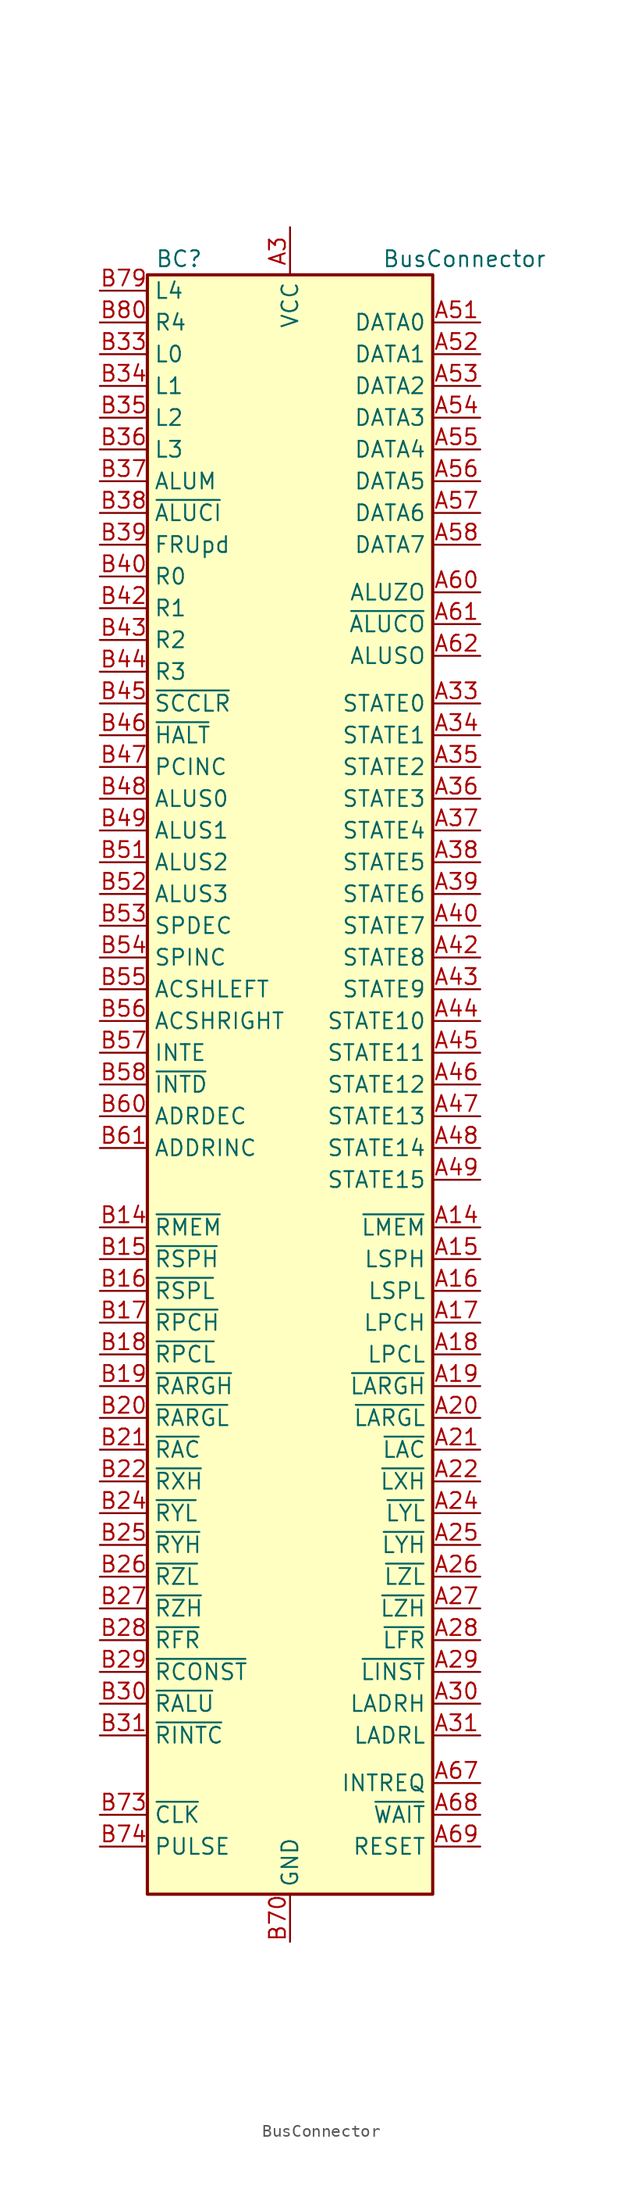
<source format=kicad_sym>
(kicad_symbol_lib
  (version 20241209)
  (generator "kicad_symbol_editor")
  (generator_version "9.0")
  (symbol "BusConnector"
    (property "Reference" "BC"
      (at -8.89 66.04 0)
      (effects (font (size 1.27 1.27))))
    (property "Value" "BusConnector"
      (at 13.97 66.04 0)
      (effects (font (size 1.27 1.27))))
    (symbol "BusConnector_0_1"
      (rectangle (start -11.43 64.77) (end 11.43 -64.77) (stroke (width 0.254) (type default)) (fill (type background))))
    (symbol "BusConnector_1_0"
      (pin passive line (at 0 68.58 270) (length 3.81) (hide yes) (name "VCC" (effects (font (size 1.27 1.27)))) (number "B1" (effects (font (size 1.27 1.27)))))
      (pin passive line (at 0 68.58 270) (length 3.81) (hide yes) (name "VCC" (effects (font (size 1.27 1.27)))) (number "B2" (effects (font (size 1.27 1.27)))))
      (pin passive line (at 0 68.58 270) (length 3.81) (hide yes) (name "VCC" (effects (font (size 1.27 1.27)))) (number "B3" (effects (font (size 1.27 1.27)))))
      (pin passive line (at 0 68.58 270) (length 3.81) (hide yes) (name "VCC" (effects (font (size 1.27 1.27)))) (number "B4" (effects (font (size 1.27 1.27)))))
      (pin passive line (at 0 68.58 270) (length 3.81) (hide yes) (name "VCC" (effects (font (size 1.27 1.27)))) (number "B5" (effects (font (size 1.27 1.27)))))
      (pin passive line (at 0 -68.58 90) (length 3.81) (hide yes) (name "GND" (effects (font (size 1.27 1.27)))) (number "A66" (effects (font (size 1.27 1.27)))))
      (pin passive line (at 0 -68.58 90) (length 3.81) (hide yes) (name "GND" (effects (font (size 1.27 1.27)))) (number "A70" (effects (font (size 1.27 1.27)))))
      (pin passive line (at 0 -68.58 90) (length 3.81) (hide yes) (name "GND" (effects (font (size 1.27 1.27)))) (number "A71" (effects (font (size 1.27 1.27)))))
      (pin passive line (at 0 -68.58 90) (length 3.81) (hide yes) (name "GND" (effects (font (size 1.27 1.27)))) (number "A72" (effects (font (size 1.27 1.27)))))
      (pin passive line (at 0 -68.58 90) (length 3.81) (hide yes) (name "GND" (effects (font (size 1.27 1.27)))) (number "A73" (effects (font (size 1.27 1.27)))))
      (pin passive line (at 0 -68.58 90) (length 3.81) (hide yes) (name "GND" (effects (font (size 1.27 1.27)))) (number "A74" (effects (font (size 1.27 1.27)))))
      (pin passive line (at 0 -68.58 90) (length 3.81) (hide yes) (name "GND" (effects (font (size 1.27 1.27)))) (number "A75" (effects (font (size 1.27 1.27)))))
      (pin passive line (at 0 -68.58 90) (length 3.81) (hide yes) (name "GND" (effects (font (size 1.27 1.27)))) (number "A76" (effects (font (size 1.27 1.27)))))
      (pin passive line (at 0 -68.58 90) (length 3.81) (hide yes) (name "GND" (effects (font (size 1.27 1.27)))) (number "B12" (effects (font (size 1.27 1.27)))))
      (pin passive line (at 0 -68.58 90) (length 3.81) (hide yes) (name "GND" (effects (font (size 1.27 1.27)))) (number "B13" (effects (font (size 1.27 1.27)))))
      (pin passive line (at 0 -68.58 90) (length 3.81) (hide yes) (name "GND" (effects (font (size 1.27 1.27)))) (number "B23" (effects (font (size 1.27 1.27)))))
      (pin passive line (at 0 -68.58 90) (length 3.81) (hide yes) (name "GND" (effects (font (size 1.27 1.27)))) (number "B32" (effects (font (size 1.27 1.27)))))
      (pin passive line (at 0 -68.58 90) (length 3.81) (hide yes) (name "GND" (effects (font (size 1.27 1.27)))) (number "B41" (effects (font (size 1.27 1.27)))))
      (pin passive line (at 0 -68.58 90) (length 3.81) (hide yes) (name "GND" (effects (font (size 1.27 1.27)))) (number "B50" (effects (font (size 1.27 1.27)))))
      (pin passive line (at 0 -68.58 90) (length 3.81) (hide yes) (name "GND" (effects (font (size 1.27 1.27)))) (number "B59" (effects (font (size 1.27 1.27)))))
      (pin passive line (at 0 -68.58 90) (length 3.81) (hide yes) (name "GND" (effects (font (size 1.27 1.27)))) (number "B62" (effects (font (size 1.27 1.27)))))
      (pin passive line (at 0 -68.58 90) (length 3.81) (hide yes) (name "GND" (effects (font (size 1.27 1.27)))) (number "B63" (effects (font (size 1.27 1.27)))))
      (pin passive line (at 0 -68.58 90) (length 3.81) (hide yes) (name "GND" (effects (font (size 1.27 1.27)))) (number "B64" (effects (font (size 1.27 1.27)))))
      (pin passive line (at 0 -68.58 90) (length 3.81) (hide yes) (name "GND" (effects (font (size 1.27 1.27)))) (number "B65" (effects (font (size 1.27 1.27)))))
      (pin passive line (at 0 -68.58 90) (length 3.81) (hide yes) (name "GND" (effects (font (size 1.27 1.27)))) (number "B66" (effects (font (size 1.27 1.27)))))
      (pin passive line (at 0 -68.58 90) (length 3.81) (hide yes) (name "GND" (effects (font (size 1.27 1.27)))) (number "B67" (effects (font (size 1.27 1.27)))))
      (pin passive line (at 0 -68.58 90) (length 3.81) (hide yes) (name "GND" (effects (font (size 1.27 1.27)))) (number "B68" (effects (font (size 1.27 1.27)))))
      (pin passive line (at 0 -68.58 90) (length 3.81) (hide yes) (name "GND" (effects (font (size 1.27 1.27)))) (number "B69" (effects (font (size 1.27 1.27)))))
      (pin power_in line (at 0 -68.58 90) (length 3.81) (name "GND" (effects (font (size 1.27 1.27)))) (number "B70" (effects (font (size 1.27 1.27)))))
      (pin passive line (at 0 -68.58 90) (length 3.81) (hide yes) (name "GND" (effects (font (size 1.27 1.27)))) (number "B71" (effects (font (size 1.27 1.27)))))
      (pin passive line (at 0 -68.58 90) (length 3.81) (hide yes) (name "GND" (effects (font (size 1.27 1.27)))) (number "B72" (effects (font (size 1.27 1.27)))))
      (pin passive line (at 0 -68.58 90) (length 3.81) (hide yes) (name "GND" (effects (font (size 1.27 1.27)))) (number "B75" (effects (font (size 1.27 1.27)))))
      (pin passive line (at 0 -68.58 90) (length 3.81) (hide yes) (name "GND" (effects (font (size 1.27 1.27)))) (number "B76" (effects (font (size 1.27 1.27))))))
    (symbol "BusConnector_1_1"
      (pin passive line (at -15.24 63.5 0) (length 3.81) (name "L4" (effects (font (size 1.27 1.27)))) (number "B79" (effects (font (size 1.27 1.27)))))
      (pin passive line (at -15.24 60.96 0) (length 3.81) (name "R4" (effects (font (size 1.27 1.27)))) (number "B80" (effects (font (size 1.27 1.27)))))
      (pin passive line (at -15.24 58.42 0) (length 3.81) (name "L0" (effects (font (size 1.27 1.27)))) (number "B33" (effects (font (size 1.27 1.27)))))
      (pin passive line (at -15.24 55.88 0) (length 3.81) (name "L1" (effects (font (size 1.27 1.27)))) (number "B34" (effects (font (size 1.27 1.27)))))
      (pin passive line (at -15.24 53.34 0) (length 3.81) (name "L2" (effects (font (size 1.27 1.27)))) (number "B35" (effects (font (size 1.27 1.27)))))
      (pin passive line (at -15.24 50.8 0) (length 3.81) (name "L3" (effects (font (size 1.27 1.27)))) (number "B36" (effects (font (size 1.27 1.27)))))
      (pin passive line (at -15.24 48.26 0) (length 3.81) (name "ALUM" (effects (font (size 1.27 1.27)))) (number "B37" (effects (font (size 1.27 1.27)))))
      (pin passive line (at -15.24 45.72 0) (length 3.81) (name "~{ALUCI}" (effects (font (size 1.27 1.27)))) (number "B38" (effects (font (size 1.27 1.27)))))
      (pin passive line (at -15.24 43.18 0) (length 3.81) (name "FRUpd" (effects (font (size 1.27 1.27)))) (number "B39" (effects (font (size 1.27 1.27)))))
      (pin passive line (at -15.24 40.64 0) (length 3.81) (name "R0" (effects (font (size 1.27 1.27)))) (number "B40" (effects (font (size 1.27 1.27)))))
      (pin passive line (at -15.24 38.1 0) (length 3.81) (name "R1" (effects (font (size 1.27 1.27)))) (number "B42" (effects (font (size 1.27 1.27)))))
      (pin passive line (at -15.24 35.56 0) (length 3.81) (name "R2" (effects (font (size 1.27 1.27)))) (number "B43" (effects (font (size 1.27 1.27)))))
      (pin passive line (at -15.24 33.02 0) (length 3.81) (name "R3" (effects (font (size 1.27 1.27)))) (number "B44" (effects (font (size 1.27 1.27)))))
      (pin passive line (at -15.24 30.48 0) (length 3.81) (name "~{SCCLR}" (effects (font (size 1.27 1.27)))) (number "B45" (effects (font (size 1.27 1.27)))))
      (pin passive line (at -15.24 27.94 0) (length 3.81) (name "~{HALT}" (effects (font (size 1.27 1.27)))) (number "B46" (effects (font (size 1.27 1.27)))))
      (pin passive line (at -15.24 25.4 0) (length 3.81) (name "PCINC" (effects (font (size 1.27 1.27)))) (number "B47" (effects (font (size 1.27 1.27)))))
      (pin passive line (at -15.24 22.86 0) (length 3.81) (name "ALUS0" (effects (font (size 1.27 1.27)))) (number "B48" (effects (font (size 1.27 1.27)))))
      (pin passive line (at -15.24 20.32 0) (length 3.81) (name "ALUS1" (effects (font (size 1.27 1.27)))) (number "B49" (effects (font (size 1.27 1.27)))))
      (pin passive line (at -15.24 17.78 0) (length 3.81) (name "ALUS2" (effects (font (size 1.27 1.27)))) (number "B51" (effects (font (size 1.27 1.27)))))
      (pin passive line (at -15.24 15.24 0) (length 3.81) (name "ALUS3" (effects (font (size 1.27 1.27)))) (number "B52" (effects (font (size 1.27 1.27)))))
      (pin passive line (at -15.24 12.7 0) (length 3.81) (name "SPDEC" (effects (font (size 1.27 1.27)))) (number "B53" (effects (font (size 1.27 1.27)))))
      (pin passive line (at -15.24 10.16 0) (length 3.81) (name "SPINC" (effects (font (size 1.27 1.27)))) (number "B54" (effects (font (size 1.27 1.27)))))
      (pin passive line (at -15.24 7.62 0) (length 3.81) (name "ACSHLEFT" (effects (font (size 1.27 1.27)))) (number "B55" (effects (font (size 1.27 1.27)))))
      (pin passive line (at -15.24 5.08 0) (length 3.81) (name "ACSHRIGHT" (effects (font (size 1.27 1.27)))) (number "B56" (effects (font (size 1.27 1.27)))))
      (pin passive line (at -15.24 2.54 0) (length 3.81) (name "INTE" (effects (font (size 1.27 1.27)))) (number "B57" (effects (font (size 1.27 1.27)))))
      (pin passive line (at -15.24 0 0) (length 3.81) (name "~{INTD}" (effects (font (size 1.27 1.27)))) (number "B58" (effects (font (size 1.27 1.27)))))
      (pin passive line (at -15.24 -2.54 0) (length 3.81) (name "ADRDEC" (effects (font (size 1.27 1.27)))) (number "B60" (effects (font (size 1.27 1.27)))))
      (pin passive line (at -15.24 -5.08 0) (length 3.81) (name "ADDRINC" (effects (font (size 1.27 1.27)))) (number "B61" (effects (font (size 1.27 1.27)))))
      (pin passive line (at -15.24 -11.43 0) (length 3.81) (name "~{RMEM}" (effects (font (size 1.27 1.27)))) (number "B14" (effects (font (size 1.27 1.27)))))
      (pin passive line (at -15.24 -13.97 0) (length 3.81) (name "~{RSPH}" (effects (font (size 1.27 1.27)))) (number "B15" (effects (font (size 1.27 1.27)))))
      (pin passive line (at -15.24 -16.51 0) (length 3.81) (name "~{RSPL}" (effects (font (size 1.27 1.27)))) (number "B16" (effects (font (size 1.27 1.27)))))
      (pin passive line (at -15.24 -19.05 0) (length 3.81) (name "~{RPCH}" (effects (font (size 1.27 1.27)))) (number "B17" (effects (font (size 1.27 1.27)))))
      (pin passive line (at -15.24 -21.59 0) (length 3.81) (name "~{RPCL}" (effects (font (size 1.27 1.27)))) (number "B18" (effects (font (size 1.27 1.27)))))
      (pin passive line (at -15.24 -24.13 0) (length 3.81) (name "~{RARGH}" (effects (font (size 1.27 1.27)))) (number "B19" (effects (font (size 1.27 1.27)))))
      (pin passive line (at -15.24 -26.67 0) (length 3.81) (name "~{RARGL}" (effects (font (size 1.27 1.27)))) (number "B20" (effects (font (size 1.27 1.27)))))
      (pin passive line (at -15.24 -29.21 0) (length 3.81) (name "~{RAC}" (effects (font (size 1.27 1.27)))) (number "B21" (effects (font (size 1.27 1.27)))))
      (pin passive line (at -15.24 -31.75 0) (length 3.81) (name "~{RXH}" (effects (font (size 1.27 1.27)))) (number "B22" (effects (font (size 1.27 1.27)))))
      (pin passive line (at -15.24 -34.29 0) (length 3.81) (name "~{RYL}" (effects (font (size 1.27 1.27)))) (number "B24" (effects (font (size 1.27 1.27)))))
      (pin passive line (at -15.24 -36.83 0) (length 3.81) (name "~{RYH}" (effects (font (size 1.27 1.27)))) (number "B25" (effects (font (size 1.27 1.27)))))
      (pin passive line (at -15.24 -39.37 0) (length 3.81) (name "~{RZL}" (effects (font (size 1.27 1.27)))) (number "B26" (effects (font (size 1.27 1.27)))))
      (pin passive line (at -15.24 -41.91 0) (length 3.81) (name "~{RZH}" (effects (font (size 1.27 1.27)))) (number "B27" (effects (font (size 1.27 1.27)))))
      (pin passive line (at -15.24 -44.45 0) (length 3.81) (name "~{RFR}" (effects (font (size 1.27 1.27)))) (number "B28" (effects (font (size 1.27 1.27)))))
      (pin passive line (at -15.24 -46.99 0) (length 3.81) (name "~{RCONST}" (effects (font (size 1.27 1.27)))) (number "B29" (effects (font (size 1.27 1.27)))))
      (pin passive line (at -15.24 -49.53 0) (length 3.81) (name "~{RALU}" (effects (font (size 1.27 1.27)))) (number "B30" (effects (font (size 1.27 1.27)))))
      (pin passive line (at -15.24 -52.07 0) (length 3.81) (name "~{RINTC}" (effects (font (size 1.27 1.27)))) (number "B31" (effects (font (size 1.27 1.27)))))
      (pin passive line (at -15.24 -58.42 0) (length 3.81) (name "~{CLK}" (effects (font (size 1.27 1.27)))) (number "B73" (effects (font (size 1.27 1.27)))))
      (pin passive line (at -15.24 -60.96 0) (length 3.81) (name "PULSE" (effects (font (size 1.27 1.27)))) (number "B74" (effects (font (size 1.27 1.27)))))
      (pin passive line (at 0 68.58 270) (length 3.81) (hide yes) (name "VCC" (effects (font (size 1.27 1.27)))) (number "A1" (effects (font (size 1.27 1.27)))))
      (pin passive line (at 0 68.58 270) (length 3.81) (hide yes) (name "VCC" (effects (font (size 1.27 1.27)))) (number "A2" (effects (font (size 1.27 1.27)))))
      (pin power_in line (at 0 68.58 270) (length 3.81) (name "VCC" (effects (font (size 1.27 1.27)))) (number "A3" (effects (font (size 1.27 1.27)))))
      (pin passive line (at 0 68.58 270) (length 3.81) (hide yes) (name "VCC" (effects (font (size 1.27 1.27)))) (number "A4" (effects (font (size 1.27 1.27)))))
      (pin passive line (at 0 68.58 270) (length 3.81) (hide yes) (name "VCC" (effects (font (size 1.27 1.27)))) (number "A5" (effects (font (size 1.27 1.27)))))
      (pin passive line (at 0 -68.58 90) (length 3.81) (hide yes) (name "GND" (effects (font (size 1.27 1.27)))) (number "A12" (effects (font (size 1.27 1.27)))))
      (pin passive line (at 0 -68.58 90) (length 3.81) (hide yes) (name "GND" (effects (font (size 1.27 1.27)))) (number "A13" (effects (font (size 1.27 1.27)))))
      (pin passive line (at 0 -68.58 90) (length 3.81) (hide yes) (name "GND" (effects (font (size 1.27 1.27)))) (number "A23" (effects (font (size 1.27 1.27)))))
      (pin passive line (at 0 -68.58 90) (length 3.81) (hide yes) (name "GND" (effects (font (size 1.27 1.27)))) (number "A32" (effects (font (size 1.27 1.27)))))
      (pin passive line (at 0 -68.58 90) (length 3.81) (hide yes) (name "GND" (effects (font (size 1.27 1.27)))) (number "A41" (effects (font (size 1.27 1.27)))))
      (pin passive line (at 0 -68.58 90) (length 3.81) (hide yes) (name "GND" (effects (font (size 1.27 1.27)))) (number "A50" (effects (font (size 1.27 1.27)))))
      (pin passive line (at 0 -68.58 90) (length 3.81) (hide yes) (name "GND" (effects (font (size 1.27 1.27)))) (number "A59" (effects (font (size 1.27 1.27)))))
      (pin passive line (at 0 -68.58 90) (length 3.81) (hide yes) (name "GND" (effects (font (size 1.27 1.27)))) (number "A63" (effects (font (size 1.27 1.27)))))
      (pin passive line (at 0 -68.58 90) (length 3.81) (hide yes) (name "GND" (effects (font (size 1.27 1.27)))) (number "A64" (effects (font (size 1.27 1.27)))))
      (pin passive line (at 0 -68.58 90) (length 3.81) (hide yes) (name "GND" (effects (font (size 1.27 1.27)))) (number "A65" (effects (font (size 1.27 1.27)))))
      (pin passive line (at 15.24 60.96 180) (length 3.81) (name "DATA0" (effects (font (size 1.27 1.27)))) (number "A51" (effects (font (size 1.27 1.27)))))
      (pin passive line (at 15.24 58.42 180) (length 3.81) (name "DATA1" (effects (font (size 1.27 1.27)))) (number "A52" (effects (font (size 1.27 1.27)))))
      (pin passive line (at 15.24 55.88 180) (length 3.81) (name "DATA2" (effects (font (size 1.27 1.27)))) (number "A53" (effects (font (size 1.27 1.27)))))
      (pin passive line (at 15.24 53.34 180) (length 3.81) (name "DATA3" (effects (font (size 1.27 1.27)))) (number "A54" (effects (font (size 1.27 1.27)))))
      (pin passive line (at 15.24 50.8 180) (length 3.81) (name "DATA4" (effects (font (size 1.27 1.27)))) (number "A55" (effects (font (size 1.27 1.27)))))
      (pin passive line (at 15.24 48.26 180) (length 3.81) (name "DATA5" (effects (font (size 1.27 1.27)))) (number "A56" (effects (font (size 1.27 1.27)))))
      (pin passive line (at 15.24 45.72 180) (length 3.81) (name "DATA6" (effects (font (size 1.27 1.27)))) (number "A57" (effects (font (size 1.27 1.27)))))
      (pin passive line (at 15.24 43.18 180) (length 3.81) (name "DATA7" (effects (font (size 1.27 1.27)))) (number "A58" (effects (font (size 1.27 1.27)))))
      (pin passive line (at 15.24 39.37 180) (length 3.81) (name "ALUZO" (effects (font (size 1.27 1.27)))) (number "A60" (effects (font (size 1.27 1.27)))))
      (pin passive line (at 15.24 36.83 180) (length 3.81) (name "~{ALUCO}" (effects (font (size 1.27 1.27)))) (number "A61" (effects (font (size 1.27 1.27)))))
      (pin passive line (at 15.24 34.29 180) (length 3.81) (name "ALUSO" (effects (font (size 1.27 1.27)))) (number "A62" (effects (font (size 1.27 1.27)))))
      (pin passive line (at 15.24 30.48 180) (length 3.81) (name "STATE0" (effects (font (size 1.27 1.27)))) (number "A33" (effects (font (size 1.27 1.27)))))
      (pin passive line (at 15.24 27.94 180) (length 3.81) (name "STATE1" (effects (font (size 1.27 1.27)))) (number "A34" (effects (font (size 1.27 1.27)))))
      (pin passive line (at 15.24 25.4 180) (length 3.81) (name "STATE2" (effects (font (size 1.27 1.27)))) (number "A35" (effects (font (size 1.27 1.27)))))
      (pin passive line (at 15.24 22.86 180) (length 3.81) (name "STATE3" (effects (font (size 1.27 1.27)))) (number "A36" (effects (font (size 1.27 1.27)))))
      (pin passive line (at 15.24 20.32 180) (length 3.81) (name "STATE4" (effects (font (size 1.27 1.27)))) (number "A37" (effects (font (size 1.27 1.27)))))
      (pin passive line (at 15.24 17.78 180) (length 3.81) (name "STATE5" (effects (font (size 1.27 1.27)))) (number "A38" (effects (font (size 1.27 1.27)))))
      (pin passive line (at 15.24 15.24 180) (length 3.81) (name "STATE6" (effects (font (size 1.27 1.27)))) (number "A39" (effects (font (size 1.27 1.27)))))
      (pin passive line (at 15.24 12.7 180) (length 3.81) (name "STATE7" (effects (font (size 1.27 1.27)))) (number "A40" (effects (font (size 1.27 1.27)))))
      (pin passive line (at 15.24 10.16 180) (length 3.81) (name "STATE8" (effects (font (size 1.27 1.27)))) (number "A42" (effects (font (size 1.27 1.27)))))
      (pin passive line (at 15.24 7.62 180) (length 3.81) (name "STATE9" (effects (font (size 1.27 1.27)))) (number "A43" (effects (font (size 1.27 1.27)))))
      (pin passive line (at 15.24 5.08 180) (length 3.81) (name "STATE10" (effects (font (size 1.27 1.27)))) (number "A44" (effects (font (size 1.27 1.27)))))
      (pin passive line (at 15.24 2.54 180) (length 3.81) (name "STATE11" (effects (font (size 1.27 1.27)))) (number "A45" (effects (font (size 1.27 1.27)))))
      (pin passive line (at 15.24 0 180) (length 3.81) (name "STATE12" (effects (font (size 1.27 1.27)))) (number "A46" (effects (font (size 1.27 1.27)))))
      (pin passive line (at 15.24 -2.54 180) (length 3.81) (name "STATE13" (effects (font (size 1.27 1.27)))) (number "A47" (effects (font (size 1.27 1.27)))))
      (pin passive line (at 15.24 -5.08 180) (length 3.81) (name "STATE14" (effects (font (size 1.27 1.27)))) (number "A48" (effects (font (size 1.27 1.27)))))
      (pin passive line (at 15.24 -7.62 180) (length 3.81) (name "STATE15" (effects (font (size 1.27 1.27)))) (number "A49" (effects (font (size 1.27 1.27)))))
      (pin passive line (at 15.24 -11.43 180) (length 3.81) (name "~{LMEM}" (effects (font (size 1.27 1.27)))) (number "A14" (effects (font (size 1.27 1.27)))))
      (pin passive line (at 15.24 -13.97 180) (length 3.81) (name "LSPH" (effects (font (size 1.27 1.27)))) (number "A15" (effects (font (size 1.27 1.27)))))
      (pin passive line (at 15.24 -16.51 180) (length 3.81) (name "LSPL" (effects (font (size 1.27 1.27)))) (number "A16" (effects (font (size 1.27 1.27)))))
      (pin passive line (at 15.24 -19.05 180) (length 3.81) (name "LPCH" (effects (font (size 1.27 1.27)))) (number "A17" (effects (font (size 1.27 1.27)))))
      (pin passive line (at 15.24 -21.59 180) (length 3.81) (name "LPCL" (effects (font (size 1.27 1.27)))) (number "A18" (effects (font (size 1.27 1.27)))))
      (pin passive line (at 15.24 -24.13 180) (length 3.81) (name "~{LARGH}" (effects (font (size 1.27 1.27)))) (number "A19" (effects (font (size 1.27 1.27)))))
      (pin passive line (at 15.24 -26.67 180) (length 3.81) (name "~{LARGL}" (effects (font (size 1.27 1.27)))) (number "A20" (effects (font (size 1.27 1.27)))))
      (pin passive line (at 15.24 -29.21 180) (length 3.81) (name "~{LAC}" (effects (font (size 1.27 1.27)))) (number "A21" (effects (font (size 1.27 1.27)))))
      (pin passive line (at 15.24 -31.75 180) (length 3.81) (name "~{LXH}" (effects (font (size 1.27 1.27)))) (number "A22" (effects (font (size 1.27 1.27)))))
      (pin passive line (at 15.24 -34.29 180) (length 3.81) (name "~{LYL}" (effects (font (size 1.27 1.27)))) (number "A24" (effects (font (size 1.27 1.27)))))
      (pin passive line (at 15.24 -36.83 180) (length 3.81) (name "~{LYH}" (effects (font (size 1.27 1.27)))) (number "A25" (effects (font (size 1.27 1.27)))))
      (pin passive line (at 15.24 -39.37 180) (length 3.81) (name "~{LZL}" (effects (font (size 1.27 1.27)))) (number "A26" (effects (font (size 1.27 1.27)))))
      (pin passive line (at 15.24 -41.91 180) (length 3.81) (name "~{LZH}" (effects (font (size 1.27 1.27)))) (number "A27" (effects (font (size 1.27 1.27)))))
      (pin passive line (at 15.24 -44.45 180) (length 3.81) (name "~{LFR}" (effects (font (size 1.27 1.27)))) (number "A28" (effects (font (size 1.27 1.27)))))
      (pin passive line (at 15.24 -46.99 180) (length 3.81) (name "~{LINST}" (effects (font (size 1.27 1.27)))) (number "A29" (effects (font (size 1.27 1.27)))))
      (pin passive line (at 15.24 -49.53 180) (length 3.81) (name "LADRH" (effects (font (size 1.27 1.27)))) (number "A30" (effects (font (size 1.27 1.27)))))
      (pin passive line (at 15.24 -52.07 180) (length 3.81) (name "LADRL" (effects (font (size 1.27 1.27)))) (number "A31" (effects (font (size 1.27 1.27)))))
      (pin passive line (at 15.24 -55.88 180) (length 3.81) (name "INTREQ" (effects (font (size 1.27 1.27)))) (number "A67" (effects (font (size 1.27 1.27)))))
      (pin passive line (at 15.24 -58.42 180) (length 3.81) (name "~{WAIT}" (effects (font (size 1.27 1.27)))) (number "A68" (effects (font (size 1.27 1.27)))))
      (pin passive line (at 15.24 -60.96 180) (length 3.81) (name "RESET" (effects (font (size 1.27 1.27)))) (number "A69" (effects (font (size 1.27 1.27))))))))
</source>
